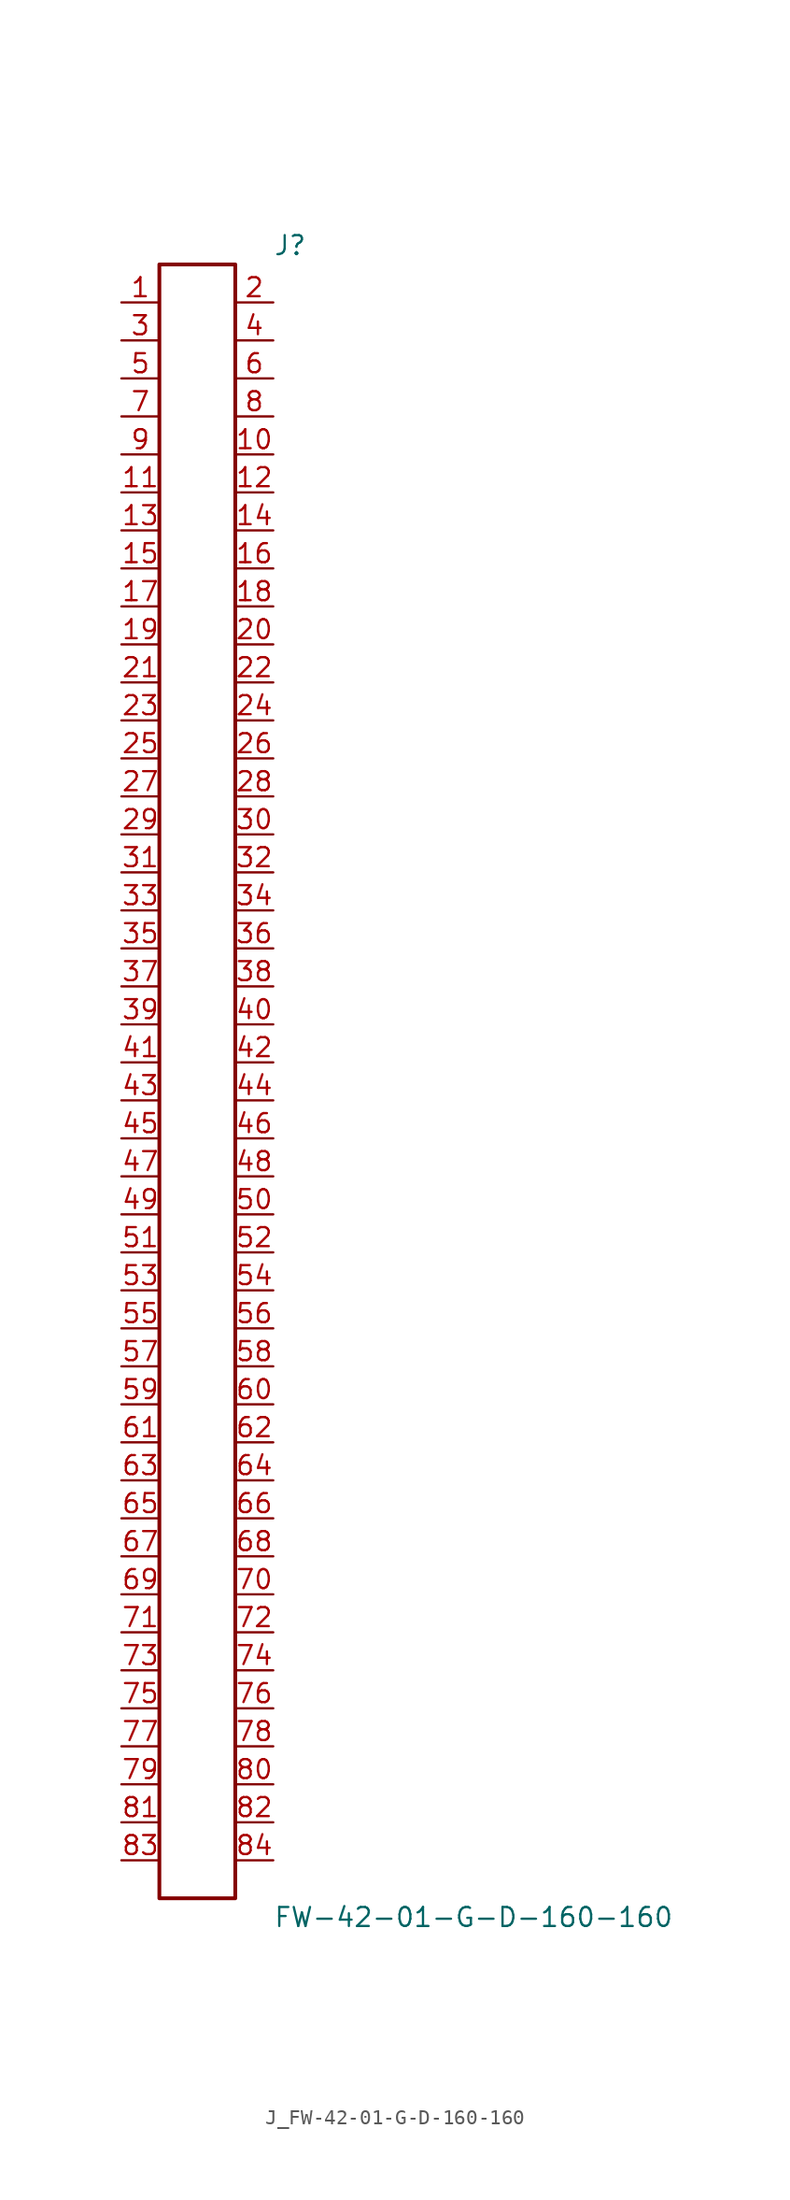
<source format=kicad_sym>
(kicad_symbol_lib
  (version 20231120)
  (generator kicad_symbol_editor)
  (generator_version 8.0)
  (symbol "J_FW-42-01-G-D-160-160"
    (pin_names
      (offset 0.254))
    (property "Reference" "J"
      (at 5.08 55.88 0)
      (effects (font (size 1.27 1.27)) (justify left)))
    (property "Value" "FW-42-01-G-D-160-160"
      (at 5.08 -55.88 0)
      (effects (font (size 1.27 1.27)) (justify left)))
    (symbol "J_FW-42-01-G-D-160-160_0_0"
      (pin unspecified line (at -5.08 52.07 0) (length 2.54) (name "" (effects (font (size 1.27 1.27)))) (number "1" (effects (font (size 1.27 1.27)))))
      (pin unspecified line (at 5.08 52.07 180) (length 2.54) (name "" (effects (font (size 1.27 1.27)))) (number "2" (effects (font (size 1.27 1.27)))))
      (pin unspecified line (at -5.08 49.53 0) (length 2.54) (name "" (effects (font (size 1.27 1.27)))) (number "3" (effects (font (size 1.27 1.27)))))
      (pin unspecified line (at 5.08 49.53 180) (length 2.54) (name "" (effects (font (size 1.27 1.27)))) (number "4" (effects (font (size 1.27 1.27)))))
      (pin unspecified line (at -5.08 46.99 0) (length 2.54) (name "" (effects (font (size 1.27 1.27)))) (number "5" (effects (font (size 1.27 1.27)))))
      (pin unspecified line (at 5.08 46.99 180) (length 2.54) (name "" (effects (font (size 1.27 1.27)))) (number "6" (effects (font (size 1.27 1.27)))))
      (pin unspecified line (at -5.08 44.45 0) (length 2.54) (name "" (effects (font (size 1.27 1.27)))) (number "7" (effects (font (size 1.27 1.27)))))
      (pin unspecified line (at 5.08 44.45 180) (length 2.54) (name "" (effects (font (size 1.27 1.27)))) (number "8" (effects (font (size 1.27 1.27)))))
      (pin unspecified line (at -5.08 41.91 0) (length 2.54) (name "" (effects (font (size 1.27 1.27)))) (number "9" (effects (font (size 1.27 1.27)))))
      (pin unspecified line (at 5.08 41.91 180) (length 2.54) (name "" (effects (font (size 1.27 1.27)))) (number "10" (effects (font (size 1.27 1.27)))))
      (pin unspecified line (at -5.08 39.37 0) (length 2.54) (name "" (effects (font (size 1.27 1.27)))) (number "11" (effects (font (size 1.27 1.27)))))
      (pin unspecified line (at 5.08 39.37 180) (length 2.54) (name "" (effects (font (size 1.27 1.27)))) (number "12" (effects (font (size 1.27 1.27)))))
      (pin unspecified line (at -5.08 36.83 0) (length 2.54) (name "" (effects (font (size 1.27 1.27)))) (number "13" (effects (font (size 1.27 1.27)))))
      (pin unspecified line (at 5.08 36.83 180) (length 2.54) (name "" (effects (font (size 1.27 1.27)))) (number "14" (effects (font (size 1.27 1.27)))))
      (pin unspecified line (at -5.08 34.29 0) (length 2.54) (name "" (effects (font (size 1.27 1.27)))) (number "15" (effects (font (size 1.27 1.27)))))
      (pin unspecified line (at 5.08 34.29 180) (length 2.54) (name "" (effects (font (size 1.27 1.27)))) (number "16" (effects (font (size 1.27 1.27)))))
      (pin unspecified line (at -5.08 31.75 0) (length 2.54) (name "" (effects (font (size 1.27 1.27)))) (number "17" (effects (font (size 1.27 1.27)))))
      (pin unspecified line (at 5.08 31.75 180) (length 2.54) (name "" (effects (font (size 1.27 1.27)))) (number "18" (effects (font (size 1.27 1.27)))))
      (pin unspecified line (at -5.08 29.21 0) (length 2.54) (name "" (effects (font (size 1.27 1.27)))) (number "19" (effects (font (size 1.27 1.27)))))
      (pin unspecified line (at 5.08 29.21 180) (length 2.54) (name "" (effects (font (size 1.27 1.27)))) (number "20" (effects (font (size 1.27 1.27)))))
      (pin unspecified line (at -5.08 26.67 0) (length 2.54) (name "" (effects (font (size 1.27 1.27)))) (number "21" (effects (font (size 1.27 1.27)))))
      (pin unspecified line (at 5.08 26.67 180) (length 2.54) (name "" (effects (font (size 1.27 1.27)))) (number "22" (effects (font (size 1.27 1.27)))))
      (pin unspecified line (at -5.08 24.13 0) (length 2.54) (name "" (effects (font (size 1.27 1.27)))) (number "23" (effects (font (size 1.27 1.27)))))
      (pin unspecified line (at 5.08 24.13 180) (length 2.54) (name "" (effects (font (size 1.27 1.27)))) (number "24" (effects (font (size 1.27 1.27)))))
      (pin unspecified line (at -5.08 21.59 0) (length 2.54) (name "" (effects (font (size 1.27 1.27)))) (number "25" (effects (font (size 1.27 1.27)))))
      (pin unspecified line (at 5.08 21.59 180) (length 2.54) (name "" (effects (font (size 1.27 1.27)))) (number "26" (effects (font (size 1.27 1.27)))))
      (pin unspecified line (at -5.08 19.05 0) (length 2.54) (name "" (effects (font (size 1.27 1.27)))) (number "27" (effects (font (size 1.27 1.27)))))
      (pin unspecified line (at 5.08 19.05 180) (length 2.54) (name "" (effects (font (size 1.27 1.27)))) (number "28" (effects (font (size 1.27 1.27)))))
      (pin unspecified line (at -5.08 16.51 0) (length 2.54) (name "" (effects (font (size 1.27 1.27)))) (number "29" (effects (font (size 1.27 1.27)))))
      (pin unspecified line (at 5.08 16.51 180) (length 2.54) (name "" (effects (font (size 1.27 1.27)))) (number "30" (effects (font (size 1.27 1.27)))))
      (pin unspecified line (at -5.08 13.97 0) (length 2.54) (name "" (effects (font (size 1.27 1.27)))) (number "31" (effects (font (size 1.27 1.27)))))
      (pin unspecified line (at 5.08 13.97 180) (length 2.54) (name "" (effects (font (size 1.27 1.27)))) (number "32" (effects (font (size 1.27 1.27)))))
      (pin unspecified line (at -5.08 11.43 0) (length 2.54) (name "" (effects (font (size 1.27 1.27)))) (number "33" (effects (font (size 1.27 1.27)))))
      (pin unspecified line (at 5.08 11.43 180) (length 2.54) (name "" (effects (font (size 1.27 1.27)))) (number "34" (effects (font (size 1.27 1.27)))))
      (pin unspecified line (at -5.08 8.89 0) (length 2.54) (name "" (effects (font (size 1.27 1.27)))) (number "35" (effects (font (size 1.27 1.27)))))
      (pin unspecified line (at 5.08 8.89 180) (length 2.54) (name "" (effects (font (size 1.27 1.27)))) (number "36" (effects (font (size 1.27 1.27)))))
      (pin unspecified line (at -5.08 6.35 0) (length 2.54) (name "" (effects (font (size 1.27 1.27)))) (number "37" (effects (font (size 1.27 1.27)))))
      (pin unspecified line (at 5.08 6.35 180) (length 2.54) (name "" (effects (font (size 1.27 1.27)))) (number "38" (effects (font (size 1.27 1.27)))))
      (pin unspecified line (at -5.08 3.81 0) (length 2.54) (name "" (effects (font (size 1.27 1.27)))) (number "39" (effects (font (size 1.27 1.27)))))
      (pin unspecified line (at 5.08 3.81 180) (length 2.54) (name "" (effects (font (size 1.27 1.27)))) (number "40" (effects (font (size 1.27 1.27)))))
      (pin unspecified line (at -5.08 1.27 0) (length 2.54) (name "" (effects (font (size 1.27 1.27)))) (number "41" (effects (font (size 1.27 1.27)))))
      (pin unspecified line (at 5.08 1.27 180) (length 2.54) (name "" (effects (font (size 1.27 1.27)))) (number "42" (effects (font (size 1.27 1.27)))))
      (pin unspecified line (at -5.08 -1.27 0) (length 2.54) (name "" (effects (font (size 1.27 1.27)))) (number "43" (effects (font (size 1.27 1.27)))))
      (pin unspecified line (at 5.08 -1.27 180) (length 2.54) (name "" (effects (font (size 1.27 1.27)))) (number "44" (effects (font (size 1.27 1.27)))))
      (pin unspecified line (at -5.08 -3.81 0) (length 2.54) (name "" (effects (font (size 1.27 1.27)))) (number "45" (effects (font (size 1.27 1.27)))))
      (pin unspecified line (at 5.08 -3.81 180) (length 2.54) (name "" (effects (font (size 1.27 1.27)))) (number "46" (effects (font (size 1.27 1.27)))))
      (pin unspecified line (at -5.08 -6.35 0) (length 2.54) (name "" (effects (font (size 1.27 1.27)))) (number "47" (effects (font (size 1.27 1.27)))))
      (pin unspecified line (at 5.08 -6.35 180) (length 2.54) (name "" (effects (font (size 1.27 1.27)))) (number "48" (effects (font (size 1.27 1.27)))))
      (pin unspecified line (at -5.08 -8.89 0) (length 2.54) (name "" (effects (font (size 1.27 1.27)))) (number "49" (effects (font (size 1.27 1.27)))))
      (pin unspecified line (at 5.08 -8.89 180) (length 2.54) (name "" (effects (font (size 1.27 1.27)))) (number "50" (effects (font (size 1.27 1.27)))))
      (pin unspecified line (at -5.08 -11.43 0) (length 2.54) (name "" (effects (font (size 1.27 1.27)))) (number "51" (effects (font (size 1.27 1.27)))))
      (pin unspecified line (at 5.08 -11.43 180) (length 2.54) (name "" (effects (font (size 1.27 1.27)))) (number "52" (effects (font (size 1.27 1.27)))))
      (pin unspecified line (at -5.08 -13.97 0) (length 2.54) (name "" (effects (font (size 1.27 1.27)))) (number "53" (effects (font (size 1.27 1.27)))))
      (pin unspecified line (at 5.08 -13.97 180) (length 2.54) (name "" (effects (font (size 1.27 1.27)))) (number "54" (effects (font (size 1.27 1.27)))))
      (pin unspecified line (at -5.08 -16.51 0) (length 2.54) (name "" (effects (font (size 1.27 1.27)))) (number "55" (effects (font (size 1.27 1.27)))))
      (pin unspecified line (at 5.08 -16.51 180) (length 2.54) (name "" (effects (font (size 1.27 1.27)))) (number "56" (effects (font (size 1.27 1.27)))))
      (pin unspecified line (at -5.08 -19.05 0) (length 2.54) (name "" (effects (font (size 1.27 1.27)))) (number "57" (effects (font (size 1.27 1.27)))))
      (pin unspecified line (at 5.08 -19.05 180) (length 2.54) (name "" (effects (font (size 1.27 1.27)))) (number "58" (effects (font (size 1.27 1.27)))))
      (pin unspecified line (at -5.08 -21.59 0) (length 2.54) (name "" (effects (font (size 1.27 1.27)))) (number "59" (effects (font (size 1.27 1.27)))))
      (pin unspecified line (at 5.08 -21.59 180) (length 2.54) (name "" (effects (font (size 1.27 1.27)))) (number "60" (effects (font (size 1.27 1.27)))))
      (pin unspecified line (at -5.08 -24.13 0) (length 2.54) (name "" (effects (font (size 1.27 1.27)))) (number "61" (effects (font (size 1.27 1.27)))))
      (pin unspecified line (at 5.08 -24.13 180) (length 2.54) (name "" (effects (font (size 1.27 1.27)))) (number "62" (effects (font (size 1.27 1.27)))))
      (pin unspecified line (at -5.08 -26.67 0) (length 2.54) (name "" (effects (font (size 1.27 1.27)))) (number "63" (effects (font (size 1.27 1.27)))))
      (pin unspecified line (at 5.08 -26.67 180) (length 2.54) (name "" (effects (font (size 1.27 1.27)))) (number "64" (effects (font (size 1.27 1.27)))))
      (pin unspecified line (at -5.08 -29.21 0) (length 2.54) (name "" (effects (font (size 1.27 1.27)))) (number "65" (effects (font (size 1.27 1.27)))))
      (pin unspecified line (at 5.08 -29.21 180) (length 2.54) (name "" (effects (font (size 1.27 1.27)))) (number "66" (effects (font (size 1.27 1.27)))))
      (pin unspecified line (at -5.08 -31.75 0) (length 2.54) (name "" (effects (font (size 1.27 1.27)))) (number "67" (effects (font (size 1.27 1.27)))))
      (pin unspecified line (at 5.08 -31.75 180) (length 2.54) (name "" (effects (font (size 1.27 1.27)))) (number "68" (effects (font (size 1.27 1.27)))))
      (pin unspecified line (at -5.08 -34.29 0) (length 2.54) (name "" (effects (font (size 1.27 1.27)))) (number "69" (effects (font (size 1.27 1.27)))))
      (pin unspecified line (at 5.08 -34.29 180) (length 2.54) (name "" (effects (font (size 1.27 1.27)))) (number "70" (effects (font (size 1.27 1.27)))))
      (pin unspecified line (at -5.08 -36.83 0) (length 2.54) (name "" (effects (font (size 1.27 1.27)))) (number "71" (effects (font (size 1.27 1.27)))))
      (pin unspecified line (at 5.08 -36.83 180) (length 2.54) (name "" (effects (font (size 1.27 1.27)))) (number "72" (effects (font (size 1.27 1.27)))))
      (pin unspecified line (at -5.08 -39.37 0) (length 2.54) (name "" (effects (font (size 1.27 1.27)))) (number "73" (effects (font (size 1.27 1.27)))))
      (pin unspecified line (at 5.08 -39.37 180) (length 2.54) (name "" (effects (font (size 1.27 1.27)))) (number "74" (effects (font (size 1.27 1.27)))))
      (pin unspecified line (at -5.08 -41.91 0) (length 2.54) (name "" (effects (font (size 1.27 1.27)))) (number "75" (effects (font (size 1.27 1.27)))))
      (pin unspecified line (at 5.08 -41.91 180) (length 2.54) (name "" (effects (font (size 1.27 1.27)))) (number "76" (effects (font (size 1.27 1.27)))))
      (pin unspecified line (at -5.08 -44.45 0) (length 2.54) (name "" (effects (font (size 1.27 1.27)))) (number "77" (effects (font (size 1.27 1.27)))))
      (pin unspecified line (at 5.08 -44.45 180) (length 2.54) (name "" (effects (font (size 1.27 1.27)))) (number "78" (effects (font (size 1.27 1.27)))))
      (pin unspecified line (at -5.08 -46.99 0) (length 2.54) (name "" (effects (font (size 1.27 1.27)))) (number "79" (effects (font (size 1.27 1.27)))))
      (pin unspecified line (at 5.08 -46.99 180) (length 2.54) (name "" (effects (font (size 1.27 1.27)))) (number "80" (effects (font (size 1.27 1.27)))))
      (pin unspecified line (at -5.08 -49.53 0) (length 2.54) (name "" (effects (font (size 1.27 1.27)))) (number "81" (effects (font (size 1.27 1.27)))))
      (pin unspecified line (at 5.08 -49.53 180) (length 2.54) (name "" (effects (font (size 1.27 1.27)))) (number "82" (effects (font (size 1.27 1.27)))))
      (pin unspecified line (at -5.08 -52.07 0) (length 2.54) (name "" (effects (font (size 1.27 1.27)))) (number "83" (effects (font (size 1.27 1.27)))))
      (pin unspecified line (at 5.08 -52.07 180) (length 2.54) (name "" (effects (font (size 1.27 1.27)))) (number "84" (effects (font (size 1.27 1.27))))))
    (symbol "J_FW-42-01-G-D-160-160_1_0"
      (rectangle (start -2.54 54.61) (end 2.54 -54.61) (stroke (width 0.254) (type solid)) (fill (type none))))))
</source>
